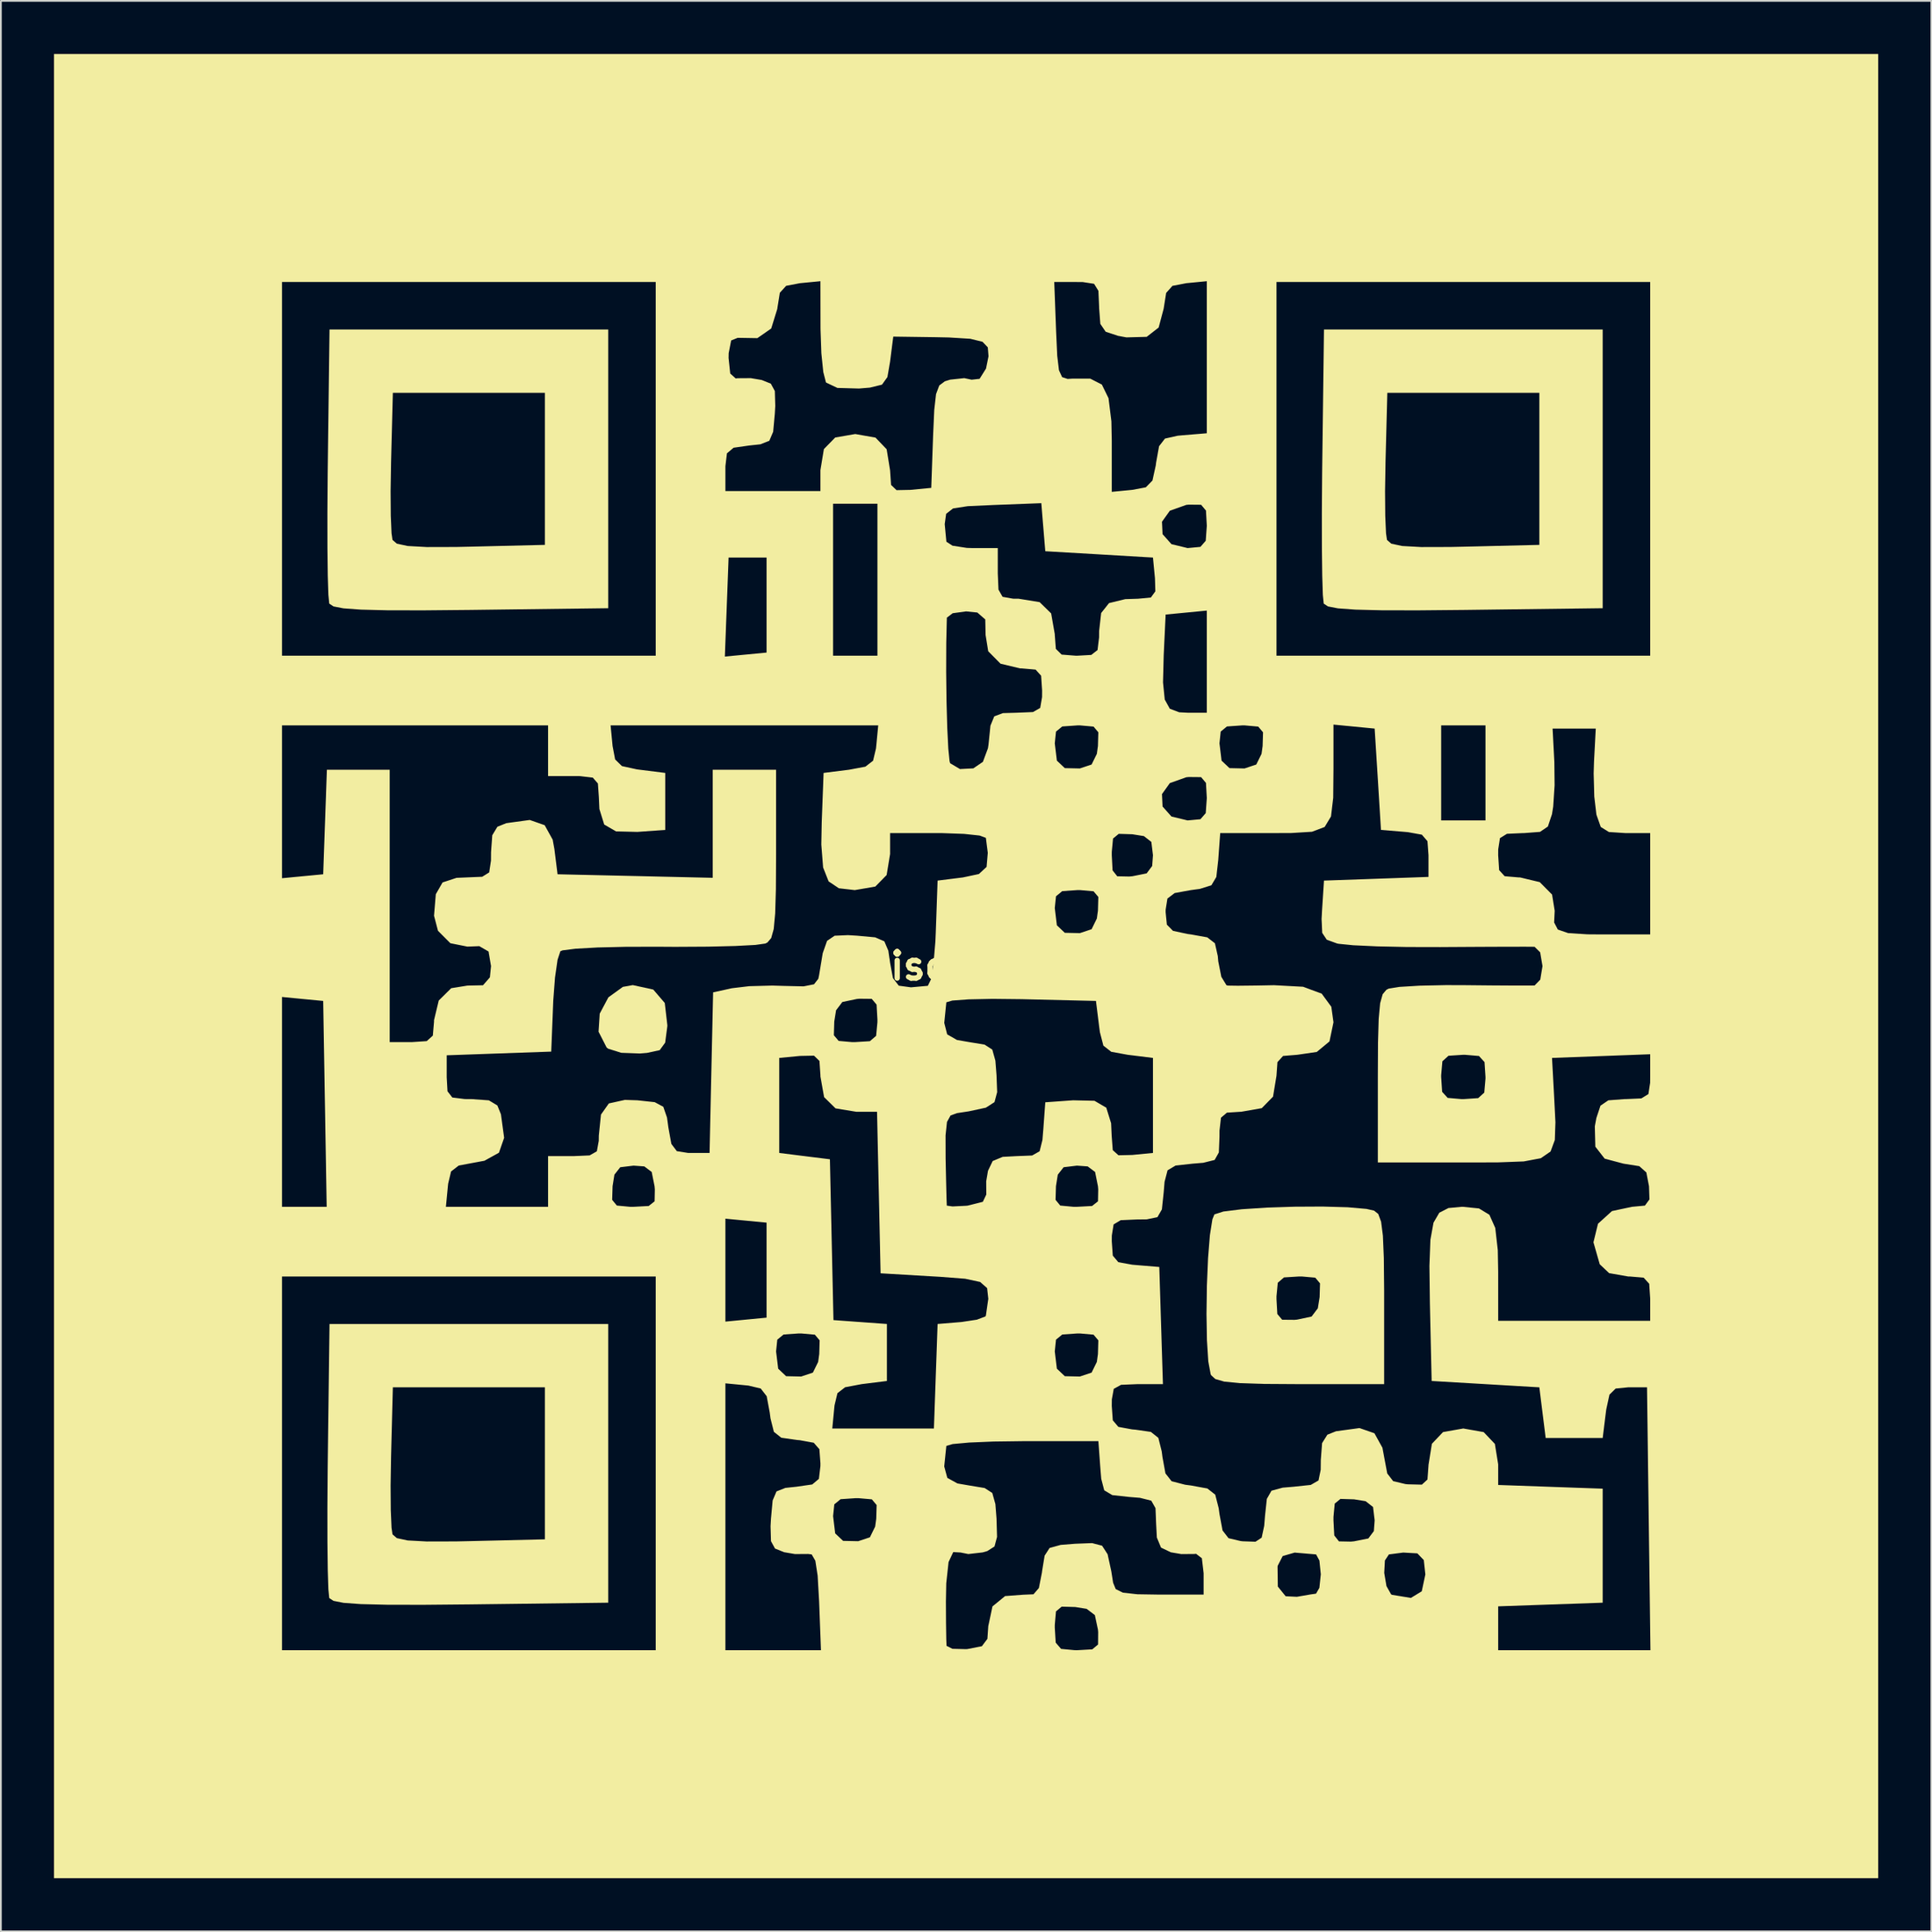
<source format=kicad_pcb>
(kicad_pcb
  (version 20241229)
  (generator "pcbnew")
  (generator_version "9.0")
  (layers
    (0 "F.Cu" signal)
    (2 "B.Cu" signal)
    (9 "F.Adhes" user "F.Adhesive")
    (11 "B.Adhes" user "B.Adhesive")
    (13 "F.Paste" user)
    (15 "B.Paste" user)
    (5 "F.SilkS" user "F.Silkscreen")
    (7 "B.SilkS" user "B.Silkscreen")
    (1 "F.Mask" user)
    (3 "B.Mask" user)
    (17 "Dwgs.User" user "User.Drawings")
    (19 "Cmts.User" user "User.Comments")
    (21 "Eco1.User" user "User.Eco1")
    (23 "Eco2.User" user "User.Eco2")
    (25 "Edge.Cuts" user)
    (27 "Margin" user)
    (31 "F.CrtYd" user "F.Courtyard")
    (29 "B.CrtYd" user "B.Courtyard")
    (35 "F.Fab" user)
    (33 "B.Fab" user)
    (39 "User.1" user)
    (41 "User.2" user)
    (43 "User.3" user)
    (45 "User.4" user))
  (footprint "wisdom_qr"
    (layer "F.Cu")
    (at 51.515 51.515)
    (property "Reference" "wisdom_qr" (at 0 0 0) (layer "F.SilkS") (effects (font (size 1.5 1.5) (thickness 0.3))))
    (attr board_only exclude_from_pos_files exclude_from_bom)
    (fp_poly (pts (xy -17.669 1.325) (xy -17.019 2.083) (xy -16.873 3.349) (xy -16.877 3.413) (xy -16.997 4.324) (xy -17.305 4.747) (xy -18.024 4.903) (xy -18.426 4.935) (xy -19.475 4.898) (xy -20.218 4.664) (xy -20.304 4.595) (xy -20.759 3.705) (xy -20.693 2.685) (xy -20.203 1.764) (xy -19.386 1.174) (xy -18.825 1.073)) (stroke (width 0) (type solid)) (fill yes) (layer "F.SilkS"))
    (fp_poly (pts (xy -20.213 -28.083) (xy -20.213 -20.213) (xy -28.002 -20.116) (xy -30.675 -20.092) (xy -32.709 -20.096) (xy -34.179 -20.133) (xy -35.161 -20.205) (xy -35.73 -20.315) (xy -35.963 -20.469) (xy -35.97 -20.483) (xy -36.018 -20.967) (xy -36.053 -22.052) (xy -36.072 -23.626) (xy -36.074 -25.576) (xy -36.065 -26.826) (xy -32.504 -26.826) (xy -32.494 -25.43) (xy -32.451 -24.445) (xy -32.396 -24.07) (xy -32.15 -23.858) (xy -31.539 -23.727) (xy -30.461 -23.668) (xy -28.813 -23.672) (xy -28.001 -23.689) (xy -23.79 -23.79) (xy -23.79 -28.083) (xy -23.79 -32.376) (xy -28.083 -32.376) (xy -32.376 -32.376) (xy -32.478 -28.464) (xy -32.504 -26.826) (xy -36.065 -26.826) (xy -36.058 -27.788) (xy -36.05 -28.45) (xy -35.954 -35.954) (xy -28.083 -35.954) (xy -20.213 -35.954)) (stroke (width 0) (type solid)) (fill yes) (layer "F.SilkS"))
    (fp_poly (pts (xy -20.213 28.083) (xy -20.213 35.954) (xy -28.002 36.05) (xy -30.675 36.074) (xy -32.709 36.07) (xy -34.179 36.034) (xy -35.161 35.962) (xy -35.73 35.851) (xy -35.963 35.697) (xy -35.97 35.683) (xy -36.018 35.199) (xy -36.053 34.114) (xy -36.072 32.54) (xy -36.074 30.59) (xy -36.065 29.341) (xy -32.504 29.341) (xy -32.494 30.737) (xy -32.451 31.721) (xy -32.396 32.096) (xy -32.15 32.308) (xy -31.539 32.439) (xy -30.461 32.498) (xy -28.813 32.494) (xy -28.001 32.477) (xy -23.79 32.376) (xy -23.79 28.083) (xy -23.79 23.79) (xy -28.083 23.79) (xy -32.376 23.79) (xy -32.478 27.702) (xy -32.504 29.341) (xy -36.065 29.341) (xy -36.058 28.379) (xy -36.05 27.716) (xy -35.954 20.213) (xy -28.083 20.213) (xy -20.213 20.213)) (stroke (width 0) (type solid)) (fill yes) (layer "F.SilkS"))
    (fp_poly (pts (xy 35.954 -28.083) (xy 35.954 -20.213) (xy 28.164 -20.116) (xy 25.491 -20.092) (xy 23.457 -20.096) (xy 21.987 -20.133) (xy 21.005 -20.205) (xy 20.436 -20.315) (xy 20.203 -20.469) (xy 20.197 -20.483) (xy 20.148 -20.967) (xy 20.114 -22.052) (xy 20.095 -23.626) (xy 20.092 -25.576) (xy 20.101 -26.826) (xy 23.662 -26.826) (xy 23.673 -25.43) (xy 23.716 -24.445) (xy 23.771 -24.07) (xy 24.017 -23.858) (xy 24.627 -23.727) (xy 25.705 -23.668) (xy 27.354 -23.672) (xy 28.166 -23.689) (xy 32.376 -23.79) (xy 32.376 -28.083) (xy 32.376 -32.376) (xy 28.083 -32.376) (xy 23.79 -32.376) (xy 23.688 -28.464) (xy 23.662 -26.826) (xy 20.101 -26.826) (xy 20.108 -27.788) (xy 20.116 -28.45) (xy 20.213 -35.954) (xy 28.083 -35.954) (xy 35.954 -35.954)) (stroke (width 0) (type solid)) (fill yes) (layer "F.SilkS"))
    (fp_poly (pts (xy 21.551 13.62) (xy 22.613 13.714) (xy 23.045 13.812) (xy 23.279 14.002) (xy 23.439 14.436) (xy 23.54 15.226) (xy 23.593 16.483) (xy 23.611 18.319) (xy 23.611 18.82) (xy 23.611 23.611) (xy 18.82 23.611) (xy 16.839 23.599) (xy 15.462 23.555) (xy 14.578 23.467) (xy 14.074 23.321) (xy 13.839 23.105) (xy 13.812 23.045) (xy 13.679 22.328) (xy 13.602 21.136) (xy 13.577 19.65) (xy 13.589 18.804) (xy 17.53 18.804) (xy 17.577 19.648) (xy 17.851 19.974) (xy 18.549 19.98) (xy 18.692 19.967) (xy 19.512 19.794) (xy 19.865 19.327) (xy 19.967 18.692) (xy 19.99 17.919) (xy 19.72 17.597) (xy 18.962 17.53) (xy 18.804 17.53) (xy 17.955 17.582) (xy 17.603 17.884) (xy 17.53 18.653) (xy 17.53 18.804) (xy 13.589 18.804) (xy 13.599 18.046) (xy 13.665 16.501) (xy 13.77 15.194) (xy 13.91 14.303) (xy 14.024 14.024) (xy 14.528 13.862) (xy 15.569 13.733) (xy 16.969 13.64) (xy 18.552 13.588) (xy 20.138 13.58)) (stroke (width 0) (type solid)) (fill yes) (layer "F.SilkS"))
    (fp_poly (pts (xy 51.515 0) (xy 51.515 51.515) (xy 0 51.515) (xy -51.515 51.515) (xy -51.515 17.53) (xy -38.637 17.53) (xy -38.637 28.083) (xy -38.637 38.637) (xy -28.083 38.637) (xy -17.53 38.637) (xy -17.53 28.083) (xy -17.53 23.566) (xy -13.594 23.566) (xy -13.594 31.101) (xy -13.594 38.637) (xy -10.896 38.637) (xy -8.198 38.637) (xy -8.303 35.864) (xy -8.385 34.425) (xy -8.515 33.585) (xy -8.721 33.228) (xy -8.921 33.203) (xy -9.662 33.208) (xy -10.281 33.102) (xy -10.793 32.896) (xy -11.02 32.479) (xy -11.044 31.638) (xy -11.02 31.202) (xy -11.007 31.064) (xy -7.513 31.064) (xy -7.394 32.04) (xy -6.946 32.464) (xy -6.095 32.482) (xy -5.433 32.261) (xy -5.137 31.657) (xy -5.075 31.213) (xy -5.053 30.44) (xy -5.322 30.118) (xy -6.081 30.051) (xy -6.238 30.051) (xy -7.09 30.11) (xy -7.444 30.4) (xy -7.513 31.064) (xy -11.007 31.064) (xy -10.926 30.18) (xy -10.709 29.67) (xy -10.205 29.47) (xy -9.57 29.403) (xy -8.69 29.277) (xy -8.314 28.96) (xy -8.231 28.257) (xy -1.236 28.257) (xy -1.061 28.904) (xy -0.488 29.22) (xy 0.179 29.335) (xy 1.045 29.477) (xy 1.479 29.757) (xy 1.654 30.386) (xy 1.718 31.202) (xy 1.748 32.239) (xy 1.603 32.78) (xy 1.197 33.039) (xy 0.934 33.114) (xy 0.126 33.207) (xy -0.313 33.119) (xy -0.726 33.095) (xy -0.991 33.659) (xy -1.121 34.858) (xy -1.14 35.886) (xy -1.134 37.097) (xy -1.12 38.014) (xy -1.105 38.391) (xy -0.772 38.559) (xy -0.001 38.578) (xy 0.089 38.57) (xy 0.891 38.413) (xy 1.204 37.995) (xy 1.247 37.362) (xy 5.008 37.362) (xy 5.061 38.211) (xy 5.363 38.563) (xy 6.132 38.636) (xy 6.283 38.637) (xy 7.127 38.589) (xy 7.453 38.315) (xy 7.459 37.617) (xy 7.446 37.474) (xy 7.272 36.654) (xy 6.806 36.301) (xy 6.171 36.199) (xy 5.398 36.177) (xy 5.076 36.446) (xy 5.009 37.205) (xy 5.008 37.362) (xy 1.247 37.362) (xy 1.252 37.282) (xy 1.489 36.165) (xy 2.202 35.581) (xy 3.22 35.504) (xy 3.806 35.48) (xy 4.111 35.125) (xy 4.282 34.253) (xy 4.293 34.165) (xy 4.435 33.298) (xy 4.715 32.864) (xy 5.343 32.69) (xy 6.16 32.625) (xy 7.118 32.589) (xy 7.68 32.736) (xy 7.992 33.218) (xy 8.202 34.186) (xy 8.304 34.831) (xy 8.45 35.185) (xy 8.855 35.388) (xy 9.676 35.478) (xy 10.911 35.497) (xy 13.415 35.496) (xy 13.415 34.294) (xy 13.372 33.922) (xy 17.591 33.922) (xy 17.606 35.043) (xy 18.048 35.591) (xy 18.681 35.622) (xy 19.434 35.491) (xy 19.765 35.443) (xy 19.954 35.112) (xy 20.034 34.351) (xy 20.034 34.344) (xy 20.026 34.271) (xy 23.616 34.271) (xy 23.741 35.015) (xy 24.003 35.482) (xy 24.058 35.51) (xy 25.121 35.685) (xy 25.735 35.311) (xy 25.937 34.366) (xy 25.937 34.344) (xy 25.85 33.547) (xy 25.486 33.168) (xy 24.69 33.122) (xy 23.88 33.228) (xy 23.654 33.568) (xy 23.616 34.271) (xy 20.026 34.271) (xy 19.955 33.575) (xy 19.767 33.228) (xy 19.765 33.228) (xy 18.557 33.124) (xy 17.88 33.322) (xy 17.6 33.867) (xy 17.591 33.922) (xy 13.372 33.922) (xy 13.315 33.442) (xy 12.987 33.192) (xy 12.902 33.203) (xy 12.157 33.209) (xy 11.56 33.107) (xy 11.009 32.843) (xy 10.773 32.274) (xy 10.732 31.495) (xy 10.697 30.614) (xy 10.458 30.192) (xy 9.815 30.031) (xy 9.212 29.982) (xy 8.257 29.878) (xy 7.802 29.608) (xy 7.632 28.957) (xy 7.582 28.351) (xy 7.472 26.831) (xy 3.199 26.831) (xy 1.541 26.852) (xy 0.176 26.909) (xy -0.757 26.994) (xy -1.116 27.098) (xy -1.116 27.099) (xy -1.236 28.257) (xy -8.231 28.257) (xy -8.229 28.242) (xy -8.228 28.083) (xy -8.287 27.285) (xy -8.605 26.92) (xy -9.393 26.778) (xy -9.57 26.763) (xy -10.437 26.637) (xy -10.857 26.304) (xy -11.048 25.541) (xy -11.09 25.221) (xy -11.263 24.292) (xy -11.6 23.857) (xy -12.292 23.692) (xy -12.432 23.678) (xy -13.594 23.566) (xy -17.53 23.566) (xy -17.53 21.763) (xy -10.732 21.763) (xy -10.614 22.738) (xy -10.166 23.162) (xy -9.315 23.181) (xy -8.653 22.959) (xy -8.356 22.355) (xy -8.295 21.912) (xy -8.272 21.139) (xy -8.542 20.817) (xy -9.3 20.75) (xy -9.458 20.749) (xy -10.31 20.808) (xy -10.664 21.099) (xy -10.732 21.763) (xy -17.53 21.763) (xy -17.53 17.53) (xy -28.083 17.53) (xy -38.637 17.53) (xy -51.515 17.53) (xy -51.515 14.265) (xy -13.594 14.265) (xy -13.594 17.172) (xy -13.594 20.079) (xy -12.432 19.967) (xy -11.269 19.855) (xy -11.269 17.172) (xy -11.269 14.489) (xy -12.432 14.377) (xy -13.594 14.265) (xy -51.515 14.265) (xy -51.515 1.743) (xy -38.637 1.743) (xy -38.637 7.669) (xy -38.637 13.594) (xy -37.376 13.594) (xy -36.115 13.594) (xy -36.213 7.781) (xy -36.311 1.968) (xy -37.474 1.856) (xy -38.637 1.743) (xy -51.515 1.743) (xy -51.515 0) (xy -51.515 -13.594) (xy -38.637 -13.594) (xy -38.637 -9.279) (xy -38.637 -4.963) (xy -37.474 -5.075) (xy -36.311 -5.187) (xy -36.207 -8.139) (xy -36.103 -11.09) (xy -34.329 -11.09) (xy -32.555 -11.09) (xy -32.555 -3.399) (xy -32.555 4.293) (xy -31.303 4.293) (xy -30.464 4.237) (xy -30.119 3.926) (xy -30.051 3.141) (xy -30.051 3.053) (xy -29.785 1.944) (xy -29.082 1.249) (xy -28.168 1.101) (xy -27.285 1.082) (xy -26.895 0.634) (xy -26.831 0) (xy -26.971 -0.823) (xy -27.494 -1.127) (xy -28.168 -1.101) (xy -29.129 -1.293) (xy -29.828 -1.994) (xy -30.051 -2.845) (xy -29.951 -4.06) (xy -29.569 -4.725) (xy -28.781 -4.984) (xy -28.224 -5.008) (xy -27.331 -5.045) (xy -26.935 -5.292) (xy -26.834 -5.958) (xy -26.831 -6.433) (xy -26.762 -7.39) (xy -26.473 -7.869) (xy -25.973 -8.072) (xy -24.646 -8.253) (xy -23.803 -7.959) (xy -23.35 -7.141) (xy -23.254 -6.618) (xy -23.075 -5.187) (xy -18.692 -5.087) (xy -14.31 -4.986) (xy -14.31 -8.038) (xy -14.31 -11.09) (xy -12.521 -11.09) (xy -10.732 -11.09) (xy -10.732 -6.299) (xy -10.743 -4.335) (xy -10.783 -2.971) (xy -10.866 -2.093) (xy -11.007 -1.586) (xy -11.22 -1.334) (xy -11.338 -1.275) (xy -11.898 -1.196) (xy -13.029 -1.136) (xy -14.589 -1.098) (xy -16.434 -1.088) (xy -17.278 -1.093) (xy -19.169 -1.091) (xy -20.808 -1.053) (xy -22.059 -0.983) (xy -22.79 -0.889) (xy -22.915 -0.84) (xy -23.075 -0.356) (xy -23.218 0.641) (xy -23.317 1.948) (xy -23.325 2.147) (xy -23.432 4.83) (xy -26.384 4.933) (xy -29.335 5.037) (xy -29.335 6.275) (xy -29.291 7.069) (xy -29.019 7.421) (xy -28.314 7.51) (xy -27.911 7.513) (xy -26.954 7.582) (xy -26.474 7.871) (xy -26.272 8.371) (xy -26.091 9.697) (xy -26.385 10.541) (xy -27.203 10.993) (xy -27.725 11.09) (xy -28.654 11.263) (xy -29.09 11.6) (xy -29.254 12.292) (xy -29.268 12.432) (xy -29.381 13.594) (xy -26.496 13.594) (xy -23.611 13.594) (xy -23.611 13.201) (xy -19.991 13.201) (xy -19.727 13.524) (xy -18.98 13.594) (xy -18.782 13.594) (xy -17.928 13.549) (xy -17.593 13.285) (xy -17.58 12.609) (xy -17.596 12.432) (xy -17.758 11.626) (xy -18.175 11.313) (xy -18.782 11.269) (xy -19.534 11.36) (xy -19.863 11.779) (xy -19.967 12.432) (xy -19.991 13.201) (xy -23.611 13.201) (xy -23.611 12.163) (xy -23.611 10.732) (xy -22.18 10.732) (xy -21.263 10.692) (xy -20.855 10.46) (xy -20.748 9.868) (xy -20.744 9.57) (xy -20.622 8.386) (xy -20.178 7.757) (xy -19.272 7.557) (xy -18.567 7.579) (xy -17.587 7.685) (xy -17.102 7.946) (xy -16.893 8.554) (xy -16.814 9.123) (xy -16.647 10.043) (xy -16.338 10.452) (xy -15.708 10.552) (xy -15.562 10.554) (xy -14.489 10.554) (xy -10.554 10.554) (xy -9.123 10.732) (xy -7.692 10.911) (xy -7.592 15.452) (xy -7.492 19.994) (xy -5.982 20.103) (xy -4.472 20.213) (xy -4.472 21.823) (xy -4.472 23.432) (xy -5.903 23.611) (xy -6.832 23.785) (xy -7.267 24.121) (xy -7.432 24.813) (xy -7.446 24.953) (xy -7.558 26.115) (xy -4.688 26.115) (xy -1.818 26.115) (xy -1.773 24.842) (xy 8.228 24.842) (xy 8.285 25.653) (xy 8.598 26.024) (xy 9.379 26.167) (xy 9.57 26.183) (xy 10.437 26.309) (xy 10.857 26.643) (xy 11.048 27.405) (xy 11.09 27.725) (xy 11.258 28.651) (xy 11.607 29.095) (xy 12.37 29.292) (xy 12.7 29.335) (xy 13.625 29.503) (xy 14.07 29.852) (xy 14.266 30.615) (xy 14.31 30.945) (xy 14.484 31.875) (xy 14.821 32.311) (xy 15.509 32.474) (xy 15.63 32.487) (xy 16.344 32.512) (xy 16.693 32.281) (xy 16.837 31.612) (xy 16.862 31.303) (xy 20.749 31.303) (xy 20.794 32.157) (xy 21.059 32.492) (xy 21.734 32.505) (xy 21.912 32.488) (xy 22.718 32.327) (xy 23.03 31.909) (xy 23.075 31.303) (xy 22.984 30.55) (xy 22.564 30.221) (xy 21.912 30.117) (xy 21.143 30.094) (xy 20.82 30.357) (xy 20.75 31.104) (xy 20.749 31.303) (xy 16.862 31.303) (xy 16.882 31.056) (xy 16.985 30.092) (xy 17.248 29.63) (xy 17.881 29.457) (xy 18.513 29.404) (xy 19.466 29.303) (xy 19.904 29.05) (xy 20.028 28.448) (xy 20.034 27.89) (xy 20.106 26.941) (xy 20.404 26.466) (xy 20.892 26.272) (xy 22.218 26.091) (xy 23.062 26.385) (xy 23.514 27.203) (xy 23.611 27.725) (xy 23.785 28.654) (xy 24.121 29.09) (xy 24.813 29.254) (xy 24.953 29.268) (xy 25.741 29.287) (xy 26.057 28.998) (xy 26.115 28.201) (xy 26.115 28.177) (xy 26.308 26.979) (xy 26.936 26.319) (xy 28.078 26.115) (xy 28.083 26.115) (xy 29.233 26.32) (xy 29.865 26.986) (xy 30.051 28.14) (xy 30.051 29.306) (xy 33.002 29.41) (xy 35.954 29.514) (xy 35.954 32.734) (xy 35.954 35.954) (xy 33.002 36.057) (xy 30.051 36.161) (xy 30.051 37.399) (xy 30.051 38.637) (xy 34.351 38.637) (xy 38.651 38.637) (xy 38.554 31.213) (xy 38.458 23.79) (xy 37.385 23.79) (xy 36.686 23.86) (xy 36.336 24.204) (xy 36.158 25.026) (xy 36.132 25.221) (xy 35.954 26.652) (xy 34.344 26.652) (xy 32.734 26.652) (xy 32.555 25.221) (xy 32.376 23.79) (xy 29.335 23.611) (xy 26.294 23.432) (xy 26.194 19.011) (xy 26.168 16.929) (xy 26.224 15.457) (xy 26.398 14.492) (xy 26.726 13.929) (xy 27.244 13.664) (xy 27.986 13.595) (xy 28.055 13.594) (xy 28.967 13.687) (xy 29.555 14.045) (xy 29.887 14.79) (xy 30.029 16.043) (xy 30.051 17.243) (xy 30.051 20.034) (xy 34.344 20.034) (xy 38.637 20.034) (xy 38.637 18.782) (xy 38.581 17.942) (xy 38.269 17.598) (xy 37.484 17.53) (xy 37.397 17.53) (xy 36.318 17.342) (xy 35.787 16.838) (xy 35.432 15.599) (xy 35.689 14.551) (xy 36.478 13.836) (xy 37.612 13.594) (xy 38.339 13.527) (xy 38.594 13.178) (xy 38.57 12.432) (xy 38.42 11.654) (xy 38.021 11.299) (xy 37.139 11.159) (xy 37.134 11.159) (xy 36.066 10.875) (xy 35.539 10.198) (xy 35.509 9.053) (xy 35.598 8.578) (xy 35.829 7.883) (xy 36.273 7.581) (xy 37.172 7.513) (xy 37.234 7.513) (xy 38.138 7.473) (xy 38.536 7.228) (xy 38.634 6.589) (xy 38.637 6.246) (xy 38.637 4.978) (xy 35.864 5.083) (xy 33.092 5.187) (xy 33.213 7.4) (xy 33.285 8.819) (xy 33.251 9.819) (xy 33.01 10.472) (xy 32.458 10.852) (xy 31.493 11.032) (xy 30.012 11.087) (xy 28.059 11.09) (xy 23.254 11.09) (xy 23.254 6.299) (xy 23.254 6.261) (xy 26.831 6.261) (xy 26.886 7.1) (xy 27.199 7.444) (xy 27.988 7.513) (xy 28.083 7.513) (xy 28.922 7.457) (xy 29.266 7.145) (xy 29.335 6.356) (xy 29.335 6.261) (xy 29.28 5.421) (xy 28.967 5.077) (xy 28.178 5.009) (xy 28.083 5.008) (xy 27.244 5.064) (xy 26.9 5.376) (xy 26.831 6.165) (xy 26.831 6.261) (xy 23.254 6.261) (xy 23.263 4.338) (xy 23.303 2.976) (xy 23.385 2.099) (xy 23.526 1.591) (xy 23.738 1.337) (xy 23.868 1.272) (xy 24.475 1.175) (xy 25.61 1.106) (xy 27.084 1.074) (xy 28.071 1.076) (xy 29.638 1.091) (xy 30.955 1.099) (xy 31.846 1.099) (xy 32.108 1.095) (xy 32.429 0.764) (xy 32.555 0) (xy 32.423 -0.779) (xy 32.108 -1.091) (xy 31.601 -1.095) (xy 30.524 -1.094) (xy 29.024 -1.088) (xy 27.246 -1.078) (xy 26.78 -1.075) (xy 24.899 -1.079) (xy 23.205 -1.115) (xy 21.862 -1.178) (xy 21.036 -1.261) (xy 20.949 -1.279) (xy 20.371 -1.489) (xy 20.113 -1.877) (xy 20.077 -2.664) (xy 20.105 -3.174) (xy 20.213 -4.83) (xy 23.164 -4.933) (xy 26.115 -5.037) (xy 26.115 -6.253) (xy 26.115 -6.261) (xy 30.051 -6.261) (xy 30.106 -5.421) (xy 30.418 -5.077) (xy 31.203 -5.009) (xy 31.29 -5.008) (xy 32.399 -4.743) (xy 33.095 -4.04) (xy 33.243 -3.126) (xy 33.212 -2.464) (xy 33.42 -2.065) (xy 34.001 -1.864) (xy 35.089 -1.795) (xy 35.954 -1.789) (xy 38.637 -1.789) (xy 38.637 -4.651) (xy 38.637 -7.513) (xy 37.234 -7.513) (xy 36.305 -7.573) (xy 35.845 -7.859) (xy 35.608 -8.531) (xy 35.597 -8.579) (xy 35.479 -9.573) (xy 35.444 -10.882) (xy 35.463 -11.53) (xy 35.563 -13.415) (xy 34.344 -13.415) (xy 33.124 -13.415) (xy 33.224 -11.53) (xy 33.238 -10.212) (xy 33.159 -9.011) (xy 33.09 -8.579) (xy 32.858 -7.883) (xy 32.415 -7.581) (xy 31.516 -7.513) (xy 31.453 -7.513) (xy 30.549 -7.473) (xy 30.152 -7.228) (xy 30.053 -6.593) (xy 30.051 -6.261) (xy 26.115 -6.261) (xy 26.057 -7.056) (xy 25.741 -7.423) (xy 24.955 -7.565) (xy 24.774 -7.581) (xy 23.432 -7.692) (xy 23.254 -10.554) (xy 23.075 -13.415) (xy 21.912 -13.528) (xy 21.219 -13.594) (xy 26.831 -13.594) (xy 26.831 -10.911) (xy 26.831 -8.228) (xy 28.083 -8.228) (xy 29.335 -8.228) (xy 29.335 -10.911) (xy 29.335 -13.594) (xy 28.083 -13.594) (xy 26.831 -13.594) (xy 21.219 -13.594) (xy 20.749 -13.64) (xy 20.749 -11.142) (xy 20.734 -9.504) (xy 20.609 -8.452) (xy 20.25 -7.857) (xy 19.536 -7.588) (xy 18.345 -7.515) (xy 17.333 -7.513) (xy 14.351 -7.513) (xy 14.241 -5.992) (xy 14.132 -5.033) (xy 13.853 -4.564) (xy 13.201 -4.361) (xy 12.7 -4.293) (xy 11.78 -4.126) (xy 11.371 -3.816) (xy 11.27 -3.187) (xy 11.269 -3.041) (xy 11.339 -2.342) (xy 11.683 -1.992) (xy 12.505 -1.814) (xy 12.7 -1.789) (xy 13.622 -1.623) (xy 14.053 -1.289) (xy 14.215 -0.568) (xy 14.242 -0.268) (xy 14.414 0.603) (xy 14.702 1.076) (xy 14.779 1.101) (xy 15.345 1.109) (xy 16.379 1.098) (xy 17.392 1.079) (xy 19.033 1.167) (xy 20.084 1.556) (xy 20.627 2.297) (xy 20.749 3.174) (xy 20.523 4.255) (xy 19.805 4.849) (xy 18.71 5.008) (xy 17.902 5.075) (xy 17.584 5.425) (xy 17.53 6.189) (xy 17.336 7.373) (xy 16.699 8.024) (xy 15.531 8.228) (xy 15.49 8.228) (xy 14.73 8.277) (xy 14.395 8.563) (xy 14.312 9.293) (xy 14.31 9.639) (xy 14.275 10.525) (xy 14.037 10.948) (xy 13.396 11.109) (xy 12.789 11.159) (xy 11.834 11.263) (xy 11.379 11.533) (xy 11.209 12.183) (xy 11.159 12.789) (xy 11.058 13.742) (xy 10.805 14.18) (xy 10.201 14.304) (xy 9.639 14.31) (xy 8.731 14.35) (xy 8.331 14.591) (xy 8.231 15.213) (xy 8.228 15.54) (xy 8.285 16.352) (xy 8.598 16.723) (xy 9.379 16.865) (xy 9.57 16.882) (xy 10.911 16.993) (xy 11.014 20.302) (xy 11.117 23.611) (xy 9.673 23.611) (xy 8.751 23.649) (xy 8.339 23.877) (xy 8.232 24.472) (xy 8.228 24.842) (xy -1.773 24.842) (xy -1.714 23.164) (xy -1.664 21.763) (xy 5.008 21.763) (xy 5.127 22.738) (xy 5.575 23.162) (xy 6.426 23.181) (xy 7.088 22.959) (xy 7.384 22.355) (xy 7.446 21.912) (xy 7.469 21.139) (xy 7.199 20.817) (xy 6.44 20.75) (xy 6.283 20.749) (xy 5.431 20.808) (xy 5.077 21.099) (xy 5.008 21.763) (xy -1.664 21.763) (xy -1.61 20.213) (xy -0.268 20.102) (xy 0.607 19.971) (xy 1.088 19.789) (xy 1.116 19.744) (xy 1.254 18.79) (xy 1.187 18.186) (xy 0.793 17.84) (xy -0.05 17.658) (xy -1.464 17.549) (xy -1.789 17.53) (xy -4.83 17.351) (xy -4.93 12.789) (xy -5.03 8.228) (xy -6.2 8.228) (xy -7.374 8.036) (xy -8.021 7.399) (xy -8.228 6.23) (xy -8.228 6.166) (xy -8.283 5.356) (xy -8.592 5.058) (xy -9.368 5.073) (xy -9.391 5.075) (xy -10.554 5.187) (xy -10.554 7.87) (xy -10.554 10.554) (xy -14.489 10.554) (xy -14.389 6.018) (xy -14.342 3.904) (xy -7.469 3.904) (xy -7.199 4.225) (xy -6.44 4.293) (xy -6.283 4.293) (xy -5.434 4.241) (xy -5.082 3.939) (xy -5.012 3.207) (xy -1.234 3.207) (xy -1.069 3.855) (xy -0.519 4.171) (xy 0.179 4.293) (xy 1.045 4.435) (xy 1.479 4.715) (xy 1.654 5.343) (xy 1.718 6.16) (xy 1.754 7.119) (xy 1.603 7.683) (xy 1.117 7.996) (xy 0.144 8.204) (xy -0.514 8.304) (xy -0.878 8.437) (xy -1.08 8.802) (xy -1.16 9.56) (xy -1.157 10.869) (xy -1.156 10.912) (xy -1.129 12.166) (xy -1.106 13.101) (xy -1.09 13.523) (xy -1.09 13.528) (xy -0.766 13.574) (xy 0.000079 13.536) (xy 0.089 13.528) (xy 0.945 13.313) (xy 0.998 13.201) (xy 5.052 13.201) (xy 5.315 13.524) (xy 6.062 13.594) (xy 6.261 13.594) (xy 7.114 13.549) (xy 7.449 13.285) (xy 7.462 12.609) (xy 7.446 12.432) (xy 7.285 11.626) (xy 6.867 11.313) (xy 6.261 11.269) (xy 5.508 11.36) (xy 5.179 11.779) (xy 5.075 12.432) (xy 5.052 13.201) (xy 0.998 13.201) (xy 1.141 12.902) (xy 1.135 12.157) (xy 1.237 11.56) (xy 1.501 11.009) (xy 2.069 10.773) (xy 2.848 10.732) (xy 3.73 10.697) (xy 4.152 10.458) (xy 4.312 9.815) (xy 4.362 9.212) (xy 4.472 7.692) (xy 6.046 7.579) (xy 7.25 7.607) (xy 7.917 7.996) (xy 8.19 8.877) (xy 8.223 9.592) (xy 8.284 10.395) (xy 8.605 10.684) (xy 9.391 10.666) (xy 10.554 10.554) (xy 10.554 7.87) (xy 10.554 5.187) (xy 9.123 5.008) (xy 8.197 4.84) (xy 7.753 4.491) (xy 7.556 3.729) (xy 7.513 3.399) (xy 7.334 1.968) (xy 3.13 1.867) (xy 1.487 1.85) (xy 0.137 1.878) (xy -0.778 1.946) (xy -1.116 2.046) (xy -1.234 3.207) (xy -5.012 3.207) (xy -5.009 3.169) (xy -5.008 3.018) (xy -5.056 2.175) (xy -5.33 1.849) (xy -6.028 1.842) (xy -6.171 1.856) (xy -6.991 2.029) (xy -7.344 2.495) (xy -7.446 3.13) (xy -7.469 3.904) (xy -14.342 3.904) (xy -14.289 1.483) (xy -13.233 1.251) (xy -12.246 1.134) (xy -10.941 1.1) (xy -10.294 1.119) (xy -9.178 1.144) (xy -8.59 1.028) (xy -8.347 0.716) (xy -8.305 0.52) (xy -8.097 -0.732) (xy -7.852 -1.427) (xy -7.425 -1.716) (xy -6.671 -1.749) (xy -6.16 -1.718) (xy -5.136 -1.624) (xy -4.618 -1.399) (xy -4.393 -0.871) (xy -4.293 -0.187) (xy -4.131 0.682) (xy -3.802 1.106) (xy -3.115 1.199) (xy -2.161 1.113) (xy -1.992 0.764) (xy -1.841 -0.131) (xy -1.735 -1.402) (xy -1.714 -1.878) (xy -1.664 -3.279) (xy 5.008 -3.279) (xy 5.127 -2.304) (xy 5.575 -1.88) (xy 6.426 -1.862) (xy 7.088 -2.083) (xy 7.384 -2.687) (xy 7.446 -3.13) (xy 7.469 -3.904) (xy 7.199 -4.225) (xy 6.44 -4.293) (xy 6.283 -4.293) (xy 5.431 -4.234) (xy 5.077 -3.943) (xy 5.008 -3.279) (xy -1.664 -3.279) (xy -1.61 -4.83) (xy -0.179 -5.008) (xy 0.723 -5.201) (xy 1.157 -5.604) (xy 1.213 -6.261) (xy 8.228 -6.261) (xy 8.273 -5.407) (xy 8.537 -5.072) (xy 9.213 -5.059) (xy 9.391 -5.075) (xy 10.197 -5.237) (xy 10.509 -5.654) (xy 10.554 -6.261) (xy 10.463 -7.013) (xy 10.043 -7.342) (xy 9.391 -7.446) (xy 8.622 -7.47) (xy 8.299 -7.206) (xy 8.229 -6.459) (xy 8.228 -6.261) (xy 1.213 -6.261) (xy 1.225 -6.396) (xy 1.116 -7.244) (xy 0.766 -7.373) (xy -0.121 -7.468) (xy -1.366 -7.512) (xy -1.61 -7.513) (xy -4.293 -7.513) (xy -4.293 -6.332) (xy -4.488 -5.145) (xy -5.127 -4.492) (xy -6.288 -4.293) (xy -7.188 -4.397) (xy -7.765 -4.784) (xy -8.076 -5.57) (xy -8.177 -6.869) (xy -8.154 -8.105) (xy -8.094 -9.714) (xy 11.063 -9.714) (xy 11.096 -9.014) (xy 11.599 -8.448) (xy 12.51 -8.228) (xy 13.234 -8.295) (xy 13.534 -8.639) (xy 13.594 -9.476) (xy 13.594 -9.503) (xy 13.547 -10.346) (xy 13.273 -10.673) (xy 12.576 -10.679) (xy 12.435 -10.666) (xy 11.507 -10.336) (xy 11.063 -9.714) (xy -8.094 -9.714) (xy -8.049 -10.911) (xy -6.618 -11.09) (xy -5.69 -11.263) (xy -5.254 -11.6) (xy -5.09 -12.292) (xy -5.075 -12.432) (xy -4.963 -13.594) (xy -12.521 -13.594) (xy -20.079 -13.594) (xy -19.967 -12.432) (xy -19.823 -11.673) (xy -19.44 -11.297) (xy -18.596 -11.112) (xy -18.424 -11.09) (xy -16.993 -10.911) (xy -16.993 -9.301) (xy -16.993 -7.692) (xy -18.567 -7.579) (xy -19.772 -7.608) (xy -20.44 -7.996) (xy -20.712 -8.874) (xy -20.744 -9.57) (xy -20.797 -10.315) (xy -21.084 -10.646) (xy -21.813 -10.73) (xy -22.18 -10.732) (xy -23.611 -10.732) (xy -23.611 -12.163) (xy -23.611 -13.594) (xy -31.124 -13.594) (xy -38.637 -13.594) (xy -51.515 -13.594) (xy -51.515 -16.614) (xy -1.126 -16.614) (xy -1.106 -14.968) (xy -1.065 -13.468) (xy -1.006 -12.28) (xy -0.934 -11.571) (xy -0.901 -11.458) (xy -0.346 -11.129) (xy 0.409 -11.168) (xy 0.949 -11.537) (xy 1.235 -12.306) (xy 1.267 -12.521) (xy 1.273 -12.581) (xy 5.008 -12.581) (xy 5.127 -11.605) (xy 5.575 -11.181) (xy 6.426 -11.163) (xy 7.088 -11.385) (xy 7.384 -11.988) (xy 7.446 -12.432) (xy 7.45 -12.581) (xy 14.31 -12.581) (xy 14.428 -11.605) (xy 14.876 -11.181) (xy 15.727 -11.163) (xy 16.389 -11.385) (xy 16.686 -11.988) (xy 16.747 -12.432) (xy 16.77 -13.205) (xy 16.501 -13.527) (xy 15.742 -13.594) (xy 15.585 -13.594) (xy 14.732 -13.535) (xy 14.379 -13.245) (xy 14.31 -12.581) (xy 7.45 -12.581) (xy 7.469 -13.205) (xy 7.199 -13.527) (xy 6.44 -13.594) (xy 6.283 -13.594) (xy 5.431 -13.535) (xy 5.077 -13.245) (xy 5.008 -12.581) (xy 1.273 -12.581) (xy 1.374 -13.578) (xy 1.591 -14.106) (xy 2.081 -14.289) (xy 2.862 -14.31) (xy 3.778 -14.348) (xy 4.185 -14.582) (xy 4.29 -15.193) (xy 4.293 -15.562) (xy 4.262 -16.022) (xy 11.122 -16.022) (xy 11.219 -15.056) (xy 11.505 -14.537) (xy 12.036 -14.335) (xy 12.51 -14.31) (xy 13.594 -14.31) (xy 13.594 -17.194) (xy 13.594 -20.079) (xy 12.432 -19.967) (xy 11.269 -19.855) (xy 11.161 -17.567) (xy 11.122 -16.022) (xy 4.262 -16.022) (xy 4.237 -16.401) (xy 3.926 -16.745) (xy 3.141 -16.814) (xy 3.053 -16.814) (xy 1.944 -17.08) (xy 1.249 -17.783) (xy 1.101 -18.696) (xy 1.082 -19.58) (xy 0.634 -19.97) (xy 0 -20.034) (xy -0.758 -19.93) (xy -1.087 -19.68) (xy -1.087 -19.676) (xy -1.121 -18.239) (xy -1.126 -16.614) (xy -51.515 -16.614) (xy -51.515 -17.482) (xy -13.625 -17.482) (xy -12.447 -17.595) (xy -11.269 -17.708) (xy -11.269 -20.392) (xy -11.269 -23.075) (xy -12.342 -23.075) (xy -13.415 -23.075) (xy -13.52 -20.278) (xy -13.625 -17.482) (xy -51.515 -17.482) (xy -51.515 -38.637) (xy -38.637 -38.637) (xy -38.637 -28.083) (xy -38.637 -17.53) (xy -28.083 -17.53) (xy -17.53 -17.53) (xy -17.53 -26.115) (xy -7.513 -26.115) (xy -7.513 -21.823) (xy -7.513 -17.53) (xy -6.261 -17.53) (xy -5.008 -17.53) (xy -5.008 -21.823) (xy -5.008 -24.963) (xy -1.208 -24.963) (xy -1.116 -23.993) (xy -1.113 -23.969) (xy -0.769 -23.744) (xy 0.042 -23.62) (xy 0.358 -23.611) (xy 1.789 -23.611) (xy 1.789 -22.18) (xy 1.828 -21.264) (xy 2.06 -20.856) (xy 2.654 -20.752) (xy 2.969 -20.749) (xy 4.153 -20.556) (xy 4.804 -19.919) (xy 5.008 -18.75) (xy 5.008 -18.71) (xy 5.069 -17.918) (xy 5.396 -17.594) (xy 6.208 -17.53) (xy 6.261 -17.53) (xy 7.07 -17.575) (xy 7.424 -17.851) (xy 7.511 -18.567) (xy 7.513 -18.922) (xy 7.628 -19.942) (xy 8.072 -20.502) (xy 8.991 -20.726) (xy 9.711 -20.749) (xy 10.435 -20.817) (xy 10.689 -21.167) (xy 10.666 -21.912) (xy 10.554 -23.075) (xy 7.513 -23.254) (xy 4.472 -23.432) (xy 4.36 -24.789) (xy 4.334 -25.097) (xy 11.063 -25.097) (xy 11.096 -24.397) (xy 11.599 -23.831) (xy 12.51 -23.611) (xy 13.234 -23.678) (xy 13.534 -24.022) (xy 13.594 -24.859) (xy 13.594 -24.886) (xy 13.547 -25.729) (xy 13.273 -26.056) (xy 12.576 -26.062) (xy 12.435 -26.049) (xy 11.507 -25.719) (xy 11.063 -25.097) (xy 4.334 -25.097) (xy 4.248 -26.145) (xy 1.507 -26.041) (xy 0.095 -25.977) (xy -0.738 -25.848) (xy -1.127 -25.545) (xy -1.208 -24.963) (xy -5.008 -24.963) (xy -5.008 -26.115) (xy -6.261 -26.115) (xy -7.513 -26.115) (xy -17.53 -26.115) (xy -17.53 -26.831) (xy -13.594 -26.831) (xy -10.911 -26.831) (xy -8.228 -26.831) (xy -8.228 -28.012) (xy -8.032 -29.201) (xy -7.392 -29.855) (xy -6.261 -30.051) (xy -5.117 -29.849) (xy -4.487 -29.191) (xy -4.293 -27.995) (xy -4.293 -27.989) (xy -4.238 -27.178) (xy -3.929 -26.881) (xy -3.153 -26.896) (xy -3.13 -26.898) (xy -1.968 -27.01) (xy -1.864 -29.958) (xy -1.799 -31.413) (xy -1.698 -32.306) (xy -1.515 -32.794) (xy -1.201 -33.029) (xy -0.9 -33.122) (xy -0.103 -33.208) (xy 0.313 -33.119) (xy 0.762 -33.169) (xy 1.126 -33.751) (xy 1.266 -34.442) (xy 1.226 -34.947) (xy 0.927 -35.261) (xy 0.237 -35.431) (xy -0.977 -35.505) (xy -1.721 -35.52) (xy -4.114 -35.553) (xy -4.293 -34.143) (xy -4.445 -33.267) (xy -4.751 -32.84) (xy -5.432 -32.672) (xy -6.046 -32.621) (xy -7.268 -32.654) (xy -7.903 -32.956) (xy -7.919 -32.979) (xy -8.066 -33.552) (xy -8.175 -34.618) (xy -8.222 -35.955) (xy -8.223 -36.066) (xy -8.228 -38.637) (xy 4.978 -38.637) (xy 5.083 -35.864) (xy 5.147 -34.473) (xy 5.244 -33.654) (xy 5.423 -33.265) (xy 5.733 -33.163) (xy 6.016 -33.181) (xy 7.013 -33.179) (xy 7.667 -32.845) (xy 8.043 -32.077) (xy 8.206 -30.769) (xy 8.228 -29.658) (xy 8.228 -26.786) (xy 9.391 -26.898) (xy 10.15 -27.041) (xy 10.525 -27.424) (xy 10.71 -28.269) (xy 10.732 -28.441) (xy 10.899 -29.363) (xy 11.232 -29.794) (xy 11.953 -29.956) (xy 12.253 -29.983) (xy 13.594 -30.094) (xy 13.594 -34.388) (xy 13.594 -38.637) (xy 17.53 -38.637) (xy 17.53 -28.083) (xy 17.53 -17.53) (xy 28.083 -17.53) (xy 38.637 -17.53) (xy 38.637 -28.083) (xy 38.637 -38.637) (xy 28.083 -38.637) (xy 17.53 -38.637) (xy 13.594 -38.637) (xy 13.594 -38.682) (xy 12.432 -38.57) (xy 11.654 -38.42) (xy 11.299 -38.021) (xy 11.159 -37.139) (xy 11.159 -37.134) (xy 10.875 -36.066) (xy 10.198 -35.539) (xy 9.053 -35.509) (xy 8.578 -35.598) (xy 7.883 -35.829) (xy 7.581 -36.273) (xy 7.513 -37.172) (xy 7.513 -37.234) (xy 7.473 -38.138) (xy 7.228 -38.536) (xy 6.589 -38.634) (xy 6.246 -38.637) (xy 4.978 -38.637) (xy -8.228 -38.637) (xy -8.228 -38.682) (xy -9.391 -38.57) (xy -10.164 -38.422) (xy -10.521 -38.028) (xy -10.661 -37.156) (xy -10.664 -37.118) (xy -11.007 -36.011) (xy -11.79 -35.466) (xy -12.902 -35.484) (xy -13.269 -35.337) (xy -13.41 -34.615) (xy -13.415 -34.344) (xy -13.322 -33.469) (xy -13.014 -33.191) (xy -12.902 -33.203) (xy -12.161 -33.208) (xy -11.541 -33.102) (xy -11.029 -32.896) (xy -10.802 -32.479) (xy -10.778 -31.638) (xy -10.803 -31.202) (xy -10.897 -30.18) (xy -11.114 -29.67) (xy -11.618 -29.47) (xy -12.253 -29.403) (xy -13.132 -29.278) (xy -13.508 -28.96) (xy -13.594 -28.237) (xy -13.594 -28.062) (xy -13.594 -26.831) (xy -17.53 -26.831) (xy -17.53 -28.083) (xy -17.53 -38.637) (xy -28.083 -38.637) (xy -38.637 -38.637) (xy -51.515 -38.637) (xy -51.515 -51.515) (xy 0 -51.515) (xy 51.515 -51.515)) (stroke (width 0) (type solid)) (fill yes) (layer "F.SilkS")))
  (gr_rect
    (start -3 -3)
    (end 106.031 106.031)
    (stroke (width 0.1) (type default))
    (fill no)
    (layer "Edge.Cuts")))
</source>
